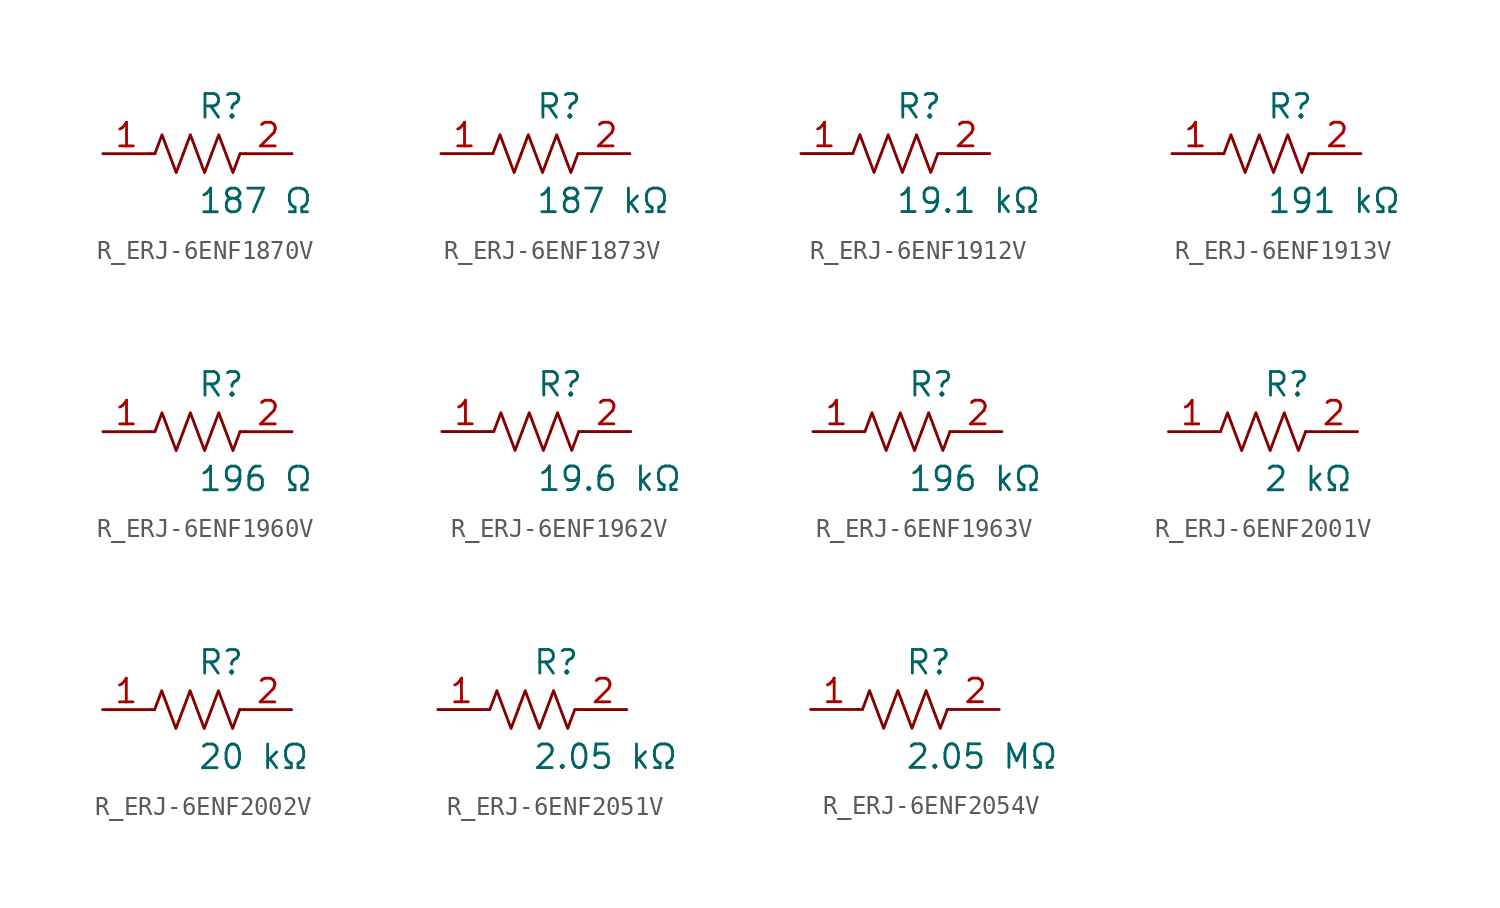
<source format=kicad_sym>
(kicad_symbol_lib
  (version 20231120)
  (generator kicad_symbol_editor)
  (generator_version 8.0)
  (symbol "R_ERJ-6ENF1870V"
    (pin_names
      (offset 0.254))
    (property "Reference" "R"
      (at 0.0 2.54 0)
      (effects (font (size 1.27 1.27)) (justify left)))
    (property "Value" "187 Ω"
      (at 0.0 -2.54 0)
      (effects (font (size 1.27 1.27)) (justify left)))
    (symbol "R_ERJ-6ENF1870V_0_1"
      (polyline (pts (xy 2.286 0) (xy 2.54 0)) (stroke (width 0) (type default)) (fill (type none)))
      (polyline (pts (xy -2.286 0) (xy -2.54 0)) (stroke (width 0) (type default)) (fill (type none)))
      (polyline (pts (xy 0.762 0) (xy 1.143 1.016) (xy 1.524 0) (xy 1.905 -1.016) (xy 2.286 0)) (stroke (width 0) (type default)) (fill (type none)))
      (polyline (pts (xy -0.762 0) (xy -0.381 1.016) (xy 0 0) (xy 0.381 -1.016) (xy 0.762 0)) (stroke (width 0) (type default)) (fill (type none)))
      (polyline (pts (xy -2.286 0) (xy -1.905 1.016) (xy -1.524 0) (xy -1.143 -1.016) (xy -0.762 0)) (stroke (width 0) (type default)) (fill (type none))))
    (pin unspecified line
      (at -5.08 0 0)
      (length 2.54)
      (name "" (effects (font (size 1.27 1.27))))
      (number "1" (effects (font (size 1.27 1.27)))))
    (pin unspecified line
      (at 5.08 0 180)
      (length 2.54)
      (name "" (effects (font (size 1.27 1.27))))
      (number "2" (effects (font (size 1.27 1.27))))))
  (symbol "R_ERJ-6ENF1873V"
    (pin_names
      (offset 0.254))
    (property "Reference" "R"
      (at 0.0 2.54 0)
      (effects (font (size 1.27 1.27)) (justify left)))
    (property "Value" "187 kΩ"
      (at 0.0 -2.54 0)
      (effects (font (size 1.27 1.27)) (justify left)))
    (symbol "R_ERJ-6ENF1873V_0_1"
      (polyline (pts (xy 2.286 0) (xy 2.54 0)) (stroke (width 0) (type default)) (fill (type none)))
      (polyline (pts (xy -2.286 0) (xy -2.54 0)) (stroke (width 0) (type default)) (fill (type none)))
      (polyline (pts (xy 0.762 0) (xy 1.143 1.016) (xy 1.524 0) (xy 1.905 -1.016) (xy 2.286 0)) (stroke (width 0) (type default)) (fill (type none)))
      (polyline (pts (xy -0.762 0) (xy -0.381 1.016) (xy 0 0) (xy 0.381 -1.016) (xy 0.762 0)) (stroke (width 0) (type default)) (fill (type none)))
      (polyline (pts (xy -2.286 0) (xy -1.905 1.016) (xy -1.524 0) (xy -1.143 -1.016) (xy -0.762 0)) (stroke (width 0) (type default)) (fill (type none))))
    (pin unspecified line
      (at -5.08 0 0)
      (length 2.54)
      (name "" (effects (font (size 1.27 1.27))))
      (number "1" (effects (font (size 1.27 1.27)))))
    (pin unspecified line
      (at 5.08 0 180)
      (length 2.54)
      (name "" (effects (font (size 1.27 1.27))))
      (number "2" (effects (font (size 1.27 1.27))))))
  (symbol "R_ERJ-6ENF1912V"
    (pin_names
      (offset 0.254))
    (property "Reference" "R"
      (at 0.0 2.54 0)
      (effects (font (size 1.27 1.27)) (justify left)))
    (property "Value" "19.1 kΩ"
      (at 0.0 -2.54 0)
      (effects (font (size 1.27 1.27)) (justify left)))
    (symbol "R_ERJ-6ENF1912V_0_1"
      (polyline (pts (xy 2.286 0) (xy 2.54 0)) (stroke (width 0) (type default)) (fill (type none)))
      (polyline (pts (xy -2.286 0) (xy -2.54 0)) (stroke (width 0) (type default)) (fill (type none)))
      (polyline (pts (xy 0.762 0) (xy 1.143 1.016) (xy 1.524 0) (xy 1.905 -1.016) (xy 2.286 0)) (stroke (width 0) (type default)) (fill (type none)))
      (polyline (pts (xy -0.762 0) (xy -0.381 1.016) (xy 0 0) (xy 0.381 -1.016) (xy 0.762 0)) (stroke (width 0) (type default)) (fill (type none)))
      (polyline (pts (xy -2.286 0) (xy -1.905 1.016) (xy -1.524 0) (xy -1.143 -1.016) (xy -0.762 0)) (stroke (width 0) (type default)) (fill (type none))))
    (pin unspecified line
      (at -5.08 0 0)
      (length 2.54)
      (name "" (effects (font (size 1.27 1.27))))
      (number "1" (effects (font (size 1.27 1.27)))))
    (pin unspecified line
      (at 5.08 0 180)
      (length 2.54)
      (name "" (effects (font (size 1.27 1.27))))
      (number "2" (effects (font (size 1.27 1.27))))))
  (symbol "R_ERJ-6ENF1913V"
    (pin_names
      (offset 0.254))
    (property "Reference" "R"
      (at 0.0 2.54 0)
      (effects (font (size 1.27 1.27)) (justify left)))
    (property "Value" "191 kΩ"
      (at 0.0 -2.54 0)
      (effects (font (size 1.27 1.27)) (justify left)))
    (symbol "R_ERJ-6ENF1913V_0_1"
      (polyline (pts (xy 2.286 0) (xy 2.54 0)) (stroke (width 0) (type default)) (fill (type none)))
      (polyline (pts (xy -2.286 0) (xy -2.54 0)) (stroke (width 0) (type default)) (fill (type none)))
      (polyline (pts (xy 0.762 0) (xy 1.143 1.016) (xy 1.524 0) (xy 1.905 -1.016) (xy 2.286 0)) (stroke (width 0) (type default)) (fill (type none)))
      (polyline (pts (xy -0.762 0) (xy -0.381 1.016) (xy 0 0) (xy 0.381 -1.016) (xy 0.762 0)) (stroke (width 0) (type default)) (fill (type none)))
      (polyline (pts (xy -2.286 0) (xy -1.905 1.016) (xy -1.524 0) (xy -1.143 -1.016) (xy -0.762 0)) (stroke (width 0) (type default)) (fill (type none))))
    (pin unspecified line
      (at -5.08 0 0)
      (length 2.54)
      (name "" (effects (font (size 1.27 1.27))))
      (number "1" (effects (font (size 1.27 1.27)))))
    (pin unspecified line
      (at 5.08 0 180)
      (length 2.54)
      (name "" (effects (font (size 1.27 1.27))))
      (number "2" (effects (font (size 1.27 1.27))))))
  (symbol "R_ERJ-6ENF1960V"
    (pin_names
      (offset 0.254))
    (property "Reference" "R"
      (at 0.0 2.54 0)
      (effects (font (size 1.27 1.27)) (justify left)))
    (property "Value" "196 Ω"
      (at 0.0 -2.54 0)
      (effects (font (size 1.27 1.27)) (justify left)))
    (symbol "R_ERJ-6ENF1960V_0_1"
      (polyline (pts (xy 2.286 0) (xy 2.54 0)) (stroke (width 0) (type default)) (fill (type none)))
      (polyline (pts (xy -2.286 0) (xy -2.54 0)) (stroke (width 0) (type default)) (fill (type none)))
      (polyline (pts (xy 0.762 0) (xy 1.143 1.016) (xy 1.524 0) (xy 1.905 -1.016) (xy 2.286 0)) (stroke (width 0) (type default)) (fill (type none)))
      (polyline (pts (xy -0.762 0) (xy -0.381 1.016) (xy 0 0) (xy 0.381 -1.016) (xy 0.762 0)) (stroke (width 0) (type default)) (fill (type none)))
      (polyline (pts (xy -2.286 0) (xy -1.905 1.016) (xy -1.524 0) (xy -1.143 -1.016) (xy -0.762 0)) (stroke (width 0) (type default)) (fill (type none))))
    (pin unspecified line
      (at -5.08 0 0)
      (length 2.54)
      (name "" (effects (font (size 1.27 1.27))))
      (number "1" (effects (font (size 1.27 1.27)))))
    (pin unspecified line
      (at 5.08 0 180)
      (length 2.54)
      (name "" (effects (font (size 1.27 1.27))))
      (number "2" (effects (font (size 1.27 1.27))))))
  (symbol "R_ERJ-6ENF1962V"
    (pin_names
      (offset 0.254))
    (property "Reference" "R"
      (at 0.0 2.54 0)
      (effects (font (size 1.27 1.27)) (justify left)))
    (property "Value" "19.6 kΩ"
      (at 0.0 -2.54 0)
      (effects (font (size 1.27 1.27)) (justify left)))
    (symbol "R_ERJ-6ENF1962V_0_1"
      (polyline (pts (xy 2.286 0) (xy 2.54 0)) (stroke (width 0) (type default)) (fill (type none)))
      (polyline (pts (xy -2.286 0) (xy -2.54 0)) (stroke (width 0) (type default)) (fill (type none)))
      (polyline (pts (xy 0.762 0) (xy 1.143 1.016) (xy 1.524 0) (xy 1.905 -1.016) (xy 2.286 0)) (stroke (width 0) (type default)) (fill (type none)))
      (polyline (pts (xy -0.762 0) (xy -0.381 1.016) (xy 0 0) (xy 0.381 -1.016) (xy 0.762 0)) (stroke (width 0) (type default)) (fill (type none)))
      (polyline (pts (xy -2.286 0) (xy -1.905 1.016) (xy -1.524 0) (xy -1.143 -1.016) (xy -0.762 0)) (stroke (width 0) (type default)) (fill (type none))))
    (pin unspecified line
      (at -5.08 0 0)
      (length 2.54)
      (name "" (effects (font (size 1.27 1.27))))
      (number "1" (effects (font (size 1.27 1.27)))))
    (pin unspecified line
      (at 5.08 0 180)
      (length 2.54)
      (name "" (effects (font (size 1.27 1.27))))
      (number "2" (effects (font (size 1.27 1.27))))))
  (symbol "R_ERJ-6ENF1963V"
    (pin_names
      (offset 0.254))
    (property "Reference" "R"
      (at 0.0 2.54 0)
      (effects (font (size 1.27 1.27)) (justify left)))
    (property "Value" "196 kΩ"
      (at 0.0 -2.54 0)
      (effects (font (size 1.27 1.27)) (justify left)))
    (symbol "R_ERJ-6ENF1963V_0_1"
      (polyline (pts (xy 2.286 0) (xy 2.54 0)) (stroke (width 0) (type default)) (fill (type none)))
      (polyline (pts (xy -2.286 0) (xy -2.54 0)) (stroke (width 0) (type default)) (fill (type none)))
      (polyline (pts (xy 0.762 0) (xy 1.143 1.016) (xy 1.524 0) (xy 1.905 -1.016) (xy 2.286 0)) (stroke (width 0) (type default)) (fill (type none)))
      (polyline (pts (xy -0.762 0) (xy -0.381 1.016) (xy 0 0) (xy 0.381 -1.016) (xy 0.762 0)) (stroke (width 0) (type default)) (fill (type none)))
      (polyline (pts (xy -2.286 0) (xy -1.905 1.016) (xy -1.524 0) (xy -1.143 -1.016) (xy -0.762 0)) (stroke (width 0) (type default)) (fill (type none))))
    (pin unspecified line
      (at -5.08 0 0)
      (length 2.54)
      (name "" (effects (font (size 1.27 1.27))))
      (number "1" (effects (font (size 1.27 1.27)))))
    (pin unspecified line
      (at 5.08 0 180)
      (length 2.54)
      (name "" (effects (font (size 1.27 1.27))))
      (number "2" (effects (font (size 1.27 1.27))))))
  (symbol "R_ERJ-6ENF2001V"
    (pin_names
      (offset 0.254))
    (property "Reference" "R"
      (at 0.0 2.54 0)
      (effects (font (size 1.27 1.27)) (justify left)))
    (property "Value" "2 kΩ"
      (at 0.0 -2.54 0)
      (effects (font (size 1.27 1.27)) (justify left)))
    (symbol "R_ERJ-6ENF2001V_0_1"
      (polyline (pts (xy 2.286 0) (xy 2.54 0)) (stroke (width 0) (type default)) (fill (type none)))
      (polyline (pts (xy -2.286 0) (xy -2.54 0)) (stroke (width 0) (type default)) (fill (type none)))
      (polyline (pts (xy 0.762 0) (xy 1.143 1.016) (xy 1.524 0) (xy 1.905 -1.016) (xy 2.286 0)) (stroke (width 0) (type default)) (fill (type none)))
      (polyline (pts (xy -0.762 0) (xy -0.381 1.016) (xy 0 0) (xy 0.381 -1.016) (xy 0.762 0)) (stroke (width 0) (type default)) (fill (type none)))
      (polyline (pts (xy -2.286 0) (xy -1.905 1.016) (xy -1.524 0) (xy -1.143 -1.016) (xy -0.762 0)) (stroke (width 0) (type default)) (fill (type none))))
    (pin unspecified line
      (at -5.08 0 0)
      (length 2.54)
      (name "" (effects (font (size 1.27 1.27))))
      (number "1" (effects (font (size 1.27 1.27)))))
    (pin unspecified line
      (at 5.08 0 180)
      (length 2.54)
      (name "" (effects (font (size 1.27 1.27))))
      (number "2" (effects (font (size 1.27 1.27))))))
  (symbol "R_ERJ-6ENF2002V"
    (pin_names
      (offset 0.254))
    (property "Reference" "R"
      (at 0.0 2.54 0)
      (effects (font (size 1.27 1.27)) (justify left)))
    (property "Value" "20 kΩ"
      (at 0.0 -2.54 0)
      (effects (font (size 1.27 1.27)) (justify left)))
    (symbol "R_ERJ-6ENF2002V_0_1"
      (polyline (pts (xy 2.286 0) (xy 2.54 0)) (stroke (width 0) (type default)) (fill (type none)))
      (polyline (pts (xy -2.286 0) (xy -2.54 0)) (stroke (width 0) (type default)) (fill (type none)))
      (polyline (pts (xy 0.762 0) (xy 1.143 1.016) (xy 1.524 0) (xy 1.905 -1.016) (xy 2.286 0)) (stroke (width 0) (type default)) (fill (type none)))
      (polyline (pts (xy -0.762 0) (xy -0.381 1.016) (xy 0 0) (xy 0.381 -1.016) (xy 0.762 0)) (stroke (width 0) (type default)) (fill (type none)))
      (polyline (pts (xy -2.286 0) (xy -1.905 1.016) (xy -1.524 0) (xy -1.143 -1.016) (xy -0.762 0)) (stroke (width 0) (type default)) (fill (type none))))
    (pin unspecified line
      (at -5.08 0 0)
      (length 2.54)
      (name "" (effects (font (size 1.27 1.27))))
      (number "1" (effects (font (size 1.27 1.27)))))
    (pin unspecified line
      (at 5.08 0 180)
      (length 2.54)
      (name "" (effects (font (size 1.27 1.27))))
      (number "2" (effects (font (size 1.27 1.27))))))
  (symbol "R_ERJ-6ENF2051V"
    (pin_names
      (offset 0.254))
    (property "Reference" "R"
      (at 0.0 2.54 0)
      (effects (font (size 1.27 1.27)) (justify left)))
    (property "Value" "2.05 kΩ"
      (at 0.0 -2.54 0)
      (effects (font (size 1.27 1.27)) (justify left)))
    (symbol "R_ERJ-6ENF2051V_0_1"
      (polyline (pts (xy 2.286 0) (xy 2.54 0)) (stroke (width 0) (type default)) (fill (type none)))
      (polyline (pts (xy -2.286 0) (xy -2.54 0)) (stroke (width 0) (type default)) (fill (type none)))
      (polyline (pts (xy 0.762 0) (xy 1.143 1.016) (xy 1.524 0) (xy 1.905 -1.016) (xy 2.286 0)) (stroke (width 0) (type default)) (fill (type none)))
      (polyline (pts (xy -0.762 0) (xy -0.381 1.016) (xy 0 0) (xy 0.381 -1.016) (xy 0.762 0)) (stroke (width 0) (type default)) (fill (type none)))
      (polyline (pts (xy -2.286 0) (xy -1.905 1.016) (xy -1.524 0) (xy -1.143 -1.016) (xy -0.762 0)) (stroke (width 0) (type default)) (fill (type none))))
    (pin unspecified line
      (at -5.08 0 0)
      (length 2.54)
      (name "" (effects (font (size 1.27 1.27))))
      (number "1" (effects (font (size 1.27 1.27)))))
    (pin unspecified line
      (at 5.08 0 180)
      (length 2.54)
      (name "" (effects (font (size 1.27 1.27))))
      (number "2" (effects (font (size 1.27 1.27))))))
  (symbol "R_ERJ-6ENF2054V"
    (pin_names
      (offset 0.254))
    (property "Reference" "R"
      (at 0.0 2.54 0)
      (effects (font (size 1.27 1.27)) (justify left)))
    (property "Value" "2.05 MΩ"
      (at 0.0 -2.54 0)
      (effects (font (size 1.27 1.27)) (justify left)))
    (symbol "R_ERJ-6ENF2054V_0_1"
      (polyline (pts (xy 2.286 0) (xy 2.54 0)) (stroke (width 0) (type default)) (fill (type none)))
      (polyline (pts (xy -2.286 0) (xy -2.54 0)) (stroke (width 0) (type default)) (fill (type none)))
      (polyline (pts (xy 0.762 0) (xy 1.143 1.016) (xy 1.524 0) (xy 1.905 -1.016) (xy 2.286 0)) (stroke (width 0) (type default)) (fill (type none)))
      (polyline (pts (xy -0.762 0) (xy -0.381 1.016) (xy 0 0) (xy 0.381 -1.016) (xy 0.762 0)) (stroke (width 0) (type default)) (fill (type none)))
      (polyline (pts (xy -2.286 0) (xy -1.905 1.016) (xy -1.524 0) (xy -1.143 -1.016) (xy -0.762 0)) (stroke (width 0) (type default)) (fill (type none))))
    (pin unspecified line
      (at -5.08 0 0)
      (length 2.54)
      (name "" (effects (font (size 1.27 1.27))))
      (number "1" (effects (font (size 1.27 1.27)))))
    (pin unspecified line
      (at 5.08 0 180)
      (length 2.54)
      (name "" (effects (font (size 1.27 1.27))))
      (number "2" (effects (font (size 1.27 1.27)))))))
</source>
